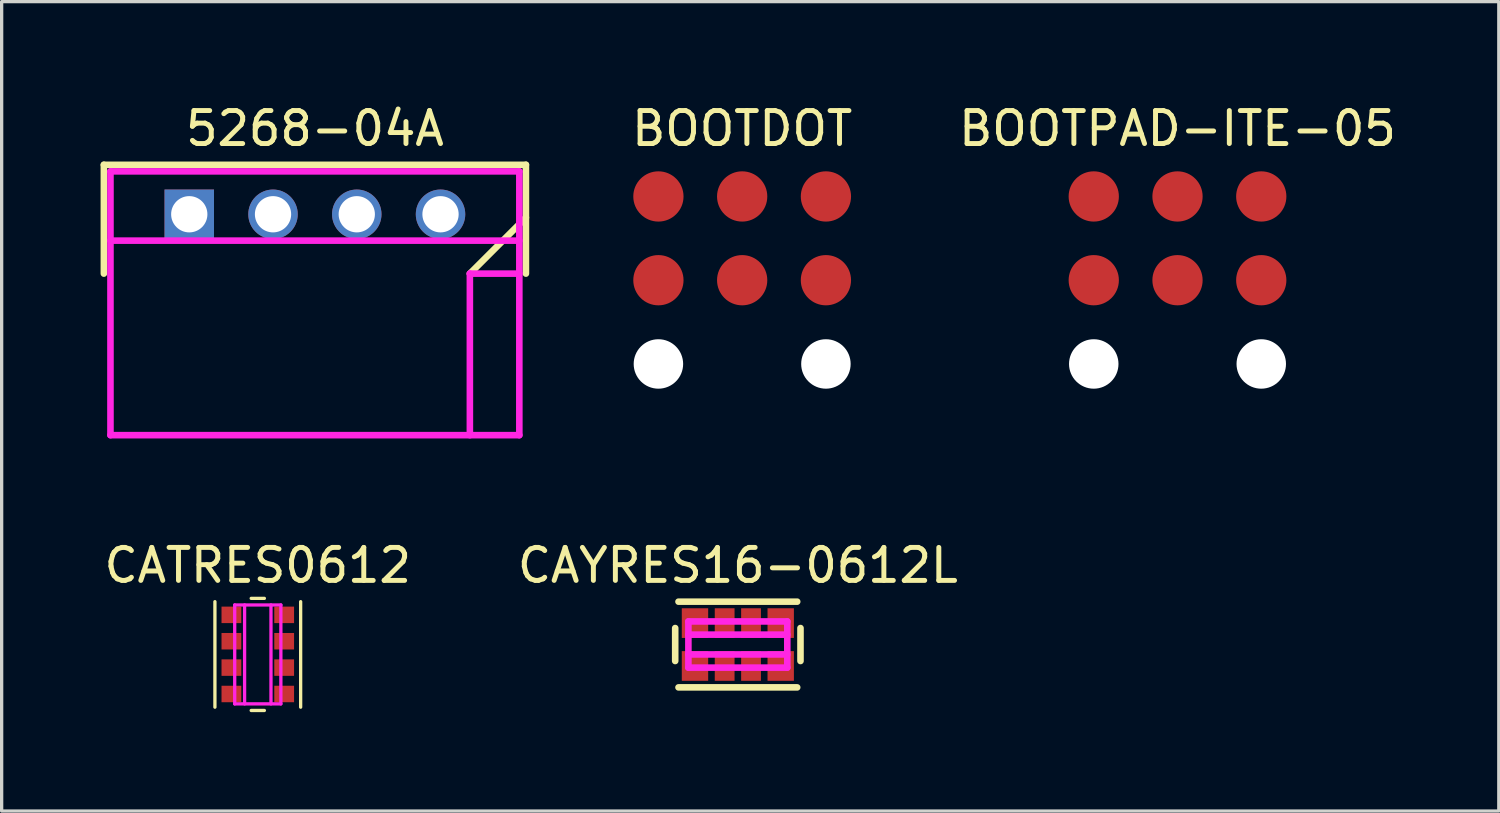
<source format=kicad_pcb>
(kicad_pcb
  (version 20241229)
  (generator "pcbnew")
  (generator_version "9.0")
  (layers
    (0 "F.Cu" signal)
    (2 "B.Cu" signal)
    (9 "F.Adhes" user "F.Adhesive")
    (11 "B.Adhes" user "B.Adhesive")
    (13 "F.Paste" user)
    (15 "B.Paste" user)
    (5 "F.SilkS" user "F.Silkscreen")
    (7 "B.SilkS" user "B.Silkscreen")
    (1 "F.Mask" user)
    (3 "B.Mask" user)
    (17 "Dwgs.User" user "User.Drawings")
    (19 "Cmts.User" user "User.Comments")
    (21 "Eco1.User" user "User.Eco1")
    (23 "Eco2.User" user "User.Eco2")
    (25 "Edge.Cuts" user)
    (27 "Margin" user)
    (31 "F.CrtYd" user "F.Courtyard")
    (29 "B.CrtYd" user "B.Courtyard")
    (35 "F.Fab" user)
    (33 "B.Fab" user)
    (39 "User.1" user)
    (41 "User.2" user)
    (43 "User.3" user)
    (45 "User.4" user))
  (footprint "BOOTDOT"
    (layer "F.Cu")
    (at 19.458 5.448)
    (property "Reference" "BOOTDOT" (at 0 -4.6 0) (layer "F.SilkS") (effects (font (size 1 1) (thickness 0.15))))
    (attr through_hole)
    (pad "" np_thru_hole circle (at -2.54 2.54) (size 1.5 1.5) (drill 1.5) (layers "*.Cu" "*.Mask"))
    (pad "" np_thru_hole circle (at 2.54 2.54) (size 1.5 1.5) (drill 1.5) (layers "*.Cu" "*.Mask"))
    (pad "1" smd circle (at -2.54 -2.54) (size 1.524 1.524) (layers "F.Cu" "F.Mask"))
    (pad "2" smd circle (at 0 -2.54) (size 1.524 1.524) (layers "F.Cu" "F.Mask"))
    (pad "3" smd circle (at 2.54 -2.54) (size 1.524 1.524) (layers "F.Cu" "F.Mask"))
    (pad "4" smd circle (at -2.54 0) (size 1.524 1.524) (layers "F.Cu" "F.Mask"))
    (pad "5" smd circle (at 0 0) (size 1.524 1.524) (layers "F.Cu" "F.Mask"))
    (pad "6" smd circle (at 2.54 0) (size 1.524 1.524) (layers "F.Cu" "F.Mask")))
  (footprint "CAYRES16-0612L"
    (layer "F.Cu")
    (at 19.327 16.497)
    (property "Reference" "CAYRES16-0612L" (at 0 -2.4 0) (layer "F.SilkS") (effects (font (size 1 1) (thickness 0.15))))
    (attr through_hole)
    (fp_line (start -1.9 -0.5) (end -1.9 0.5) (stroke (width 0.2) (type solid)) (layer "F.SilkS"))
    (fp_line (start -1.8 -1.3) (end 1.8 -1.3) (stroke (width 0.2) (type solid)) (layer "F.SilkS"))
    (fp_line (start -1.8 1.3) (end 1.8 1.3) (stroke (width 0.2) (type solid)) (layer "F.SilkS"))
    (fp_line (start 1.9 -0.5) (end 1.9 0.5) (stroke (width 0.2) (type solid)) (layer "F.SilkS"))
    (fp_line (start -1.5 -1) (end -1.5 -0.7) (stroke (width 0.2) (type solid)) (layer "F.Paste"))
    (fp_line (start -1.5 -1) (end -1 -1) (stroke (width 0.2) (type solid)) (layer "F.Paste"))
    (fp_line (start -1.5 -0.7) (end -1.3 -0.5) (stroke (width 0.2) (type solid)) (layer "F.Paste"))
    (fp_line (start -1.5 0.7) (end -1.5 1) (stroke (width 0.2) (type solid)) (layer "F.Paste"))
    (fp_line (start -1.5 0.7) (end -1.3 0.5) (stroke (width 0.2) (type solid)) (layer "F.Paste"))
    (fp_line (start -1.5 1) (end -1 1) (stroke (width 0.2) (type solid)) (layer "F.Paste"))
    (fp_line (start -1.3 -1) (end -1.3 -0.6) (stroke (width 0.2) (type solid)) (layer "F.Paste"))
    (fp_line (start -1.3 -0.5) (end -1.2 -0.5) (stroke (width 0.2) (type solid)) (layer "F.Paste"))
    (fp_line (start -1.3 0.5) (end -1.2 0.5) (stroke (width 0.2) (type solid)) (layer "F.Paste"))
    (fp_line (start -1.3 1) (end -1.3 0.6) (stroke (width 0.2) (type solid)) (layer "F.Paste"))
    (fp_line (start -1.2 -1) (end -1.2 -0.6) (stroke (width 0.2) (type solid)) (layer "F.Paste"))
    (fp_line (start -1.2 -0.5) (end -1 -0.7) (stroke (width 0.2) (type solid)) (layer "F.Paste"))
    (fp_line (start -1.2 0.5) (end -1 0.7) (stroke (width 0.2) (type solid)) (layer "F.Paste"))
    (fp_line (start -1.2 1) (end -1.2 0.6) (stroke (width 0.2) (type solid)) (layer "F.Paste"))
    (fp_line (start -1 -1) (end -1 -0.7) (stroke (width 0.2) (type solid)) (layer "F.Paste"))
    (fp_line (start -1 0.7) (end -1 1) (stroke (width 0.2) (type solid)) (layer "F.Paste"))
    (fp_line (start -0.6 -1) (end -0.6 -0.7) (stroke (width 0.2) (type solid)) (layer "F.Paste"))
    (fp_line (start -0.6 -1) (end -0.2 -1) (stroke (width 0.2) (type solid)) (layer "F.Paste"))
    (fp_line (start -0.6 -0.7) (end -0.4 -0.5) (stroke (width 0.2) (type solid)) (layer "F.Paste"))
    (fp_line (start -0.6 0.7) (end -0.6 1) (stroke (width 0.2) (type solid)) (layer "F.Paste"))
    (fp_line (start -0.6 1) (end -0.2 1) (stroke (width 0.2) (type solid)) (layer "F.Paste"))
    (fp_line (start -0.4 -0.5) (end -0.4 -1) (stroke (width 0.2) (type solid)) (layer "F.Paste"))
    (fp_line (start -0.4 -0.5) (end -0.2 -0.7) (stroke (width 0.2) (type solid)) (layer "F.Paste"))
    (fp_line (start -0.4 0.5) (end -0.6 0.7) (stroke (width 0.2) (type solid)) (layer "F.Paste"))
    (fp_line (start -0.4 0.5) (end -0.4 1) (stroke (width 0.2) (type solid)) (layer "F.Paste"))
    (fp_line (start -0.2 -1) (end -0.2 -0.7) (stroke (width 0.2) (type solid)) (layer "F.Paste"))
    (fp_line (start -0.2 0.7) (end -0.4 0.5) (stroke (width 0.2) (type solid)) (layer "F.Paste"))
    (fp_line (start -0.2 1) (end -0.2 0.7) (stroke (width 0.2) (type solid)) (layer "F.Paste"))
    (fp_line (start 0.2 -1) (end 0.2 -0.7) (stroke (width 0.2) (type solid)) (layer "F.Paste"))
    (fp_line (start 0.2 -1) (end 0.6 -1) (stroke (width 0.2) (type solid)) (layer "F.Paste"))
    (fp_line (start 0.2 -0.7) (end 0.4 -0.5) (stroke (width 0.2) (type solid)) (layer "F.Paste"))
    (fp_line (start 0.2 0.7) (end 0.2 1) (stroke (width 0.2) (type solid)) (layer "F.Paste"))
    (fp_line (start 0.2 0.7) (end 0.4 0.5) (stroke (width 0.2) (type solid)) (layer "F.Paste"))
    (fp_line (start 0.2 1) (end 0.6 1) (stroke (width 0.2) (type solid)) (layer "F.Paste"))
    (fp_line (start 0.4 -0.5) (end 0.4 -1) (stroke (width 0.2) (type solid)) (layer "F.Paste"))
    (fp_line (start 0.4 -0.5) (end 0.6 -0.7) (stroke (width 0.2) (type solid)) (layer "F.Paste"))
    (fp_line (start 0.4 0.5) (end 0.6 0.7) (stroke (width 0.2) (type solid)) (layer "F.Paste"))
    (fp_line (start 0.4 1) (end 0.4 0.5) (stroke (width 0.2) (type solid)) (layer "F.Paste"))
    (fp_line (start 0.6 -1) (end 0.6 -0.7) (stroke (width 0.2) (type solid)) (layer "F.Paste"))
    (fp_line (start 0.6 0.7) (end 0.6 1) (stroke (width 0.2) (type solid)) (layer "F.Paste"))
    (fp_line (start 1 -1) (end 1 -0.7) (stroke (width 0.2) (type solid)) (layer "F.Paste"))
    (fp_line (start 1 -0.7) (end 1.2 -0.5) (stroke (width 0.2) (type solid)) (layer "F.Paste"))
    (fp_line (start 1 0.7) (end 1 1) (stroke (width 0.2) (type solid)) (layer "F.Paste"))
    (fp_line (start 1 0.7) (end 1.2 0.5) (stroke (width 0.2) (type solid)) (layer "F.Paste"))
    (fp_line (start 1 1) (end 1.5 1) (stroke (width 0.2) (type solid)) (layer "F.Paste"))
    (fp_line (start 1.2 -1) (end 1.2 -0.6) (stroke (width 0.2) (type solid)) (layer "F.Paste"))
    (fp_line (start 1.2 -0.5) (end 1.3 -0.5) (stroke (width 0.2) (type solid)) (layer "F.Paste"))
    (fp_line (start 1.2 0.5) (end 1.3 0.5) (stroke (width 0.2) (type solid)) (layer "F.Paste"))
    (fp_line (start 1.2 1) (end 1.2 0.6) (stroke (width 0.2) (type solid)) (layer "F.Paste"))
    (fp_line (start 1.3 -1) (end 1.3 -0.6) (stroke (width 0.2) (type solid)) (layer "F.Paste"))
    (fp_line (start 1.3 -0.5) (end 1.5 -0.7) (stroke (width 0.2) (type solid)) (layer "F.Paste"))
    (fp_line (start 1.3 0.5) (end 1.5 0.7) (stroke (width 0.2) (type solid)) (layer "F.Paste"))
    (fp_line (start 1.3 1) (end 1.3 0.6) (stroke (width 0.2) (type solid)) (layer "F.Paste"))
    (fp_line (start 1.5 -1) (end 1 -1) (stroke (width 0.2) (type solid)) (layer "F.Paste"))
    (fp_line (start 1.5 -1) (end 1.5 -0.7) (stroke (width 0.2) (type solid)) (layer "F.Paste"))
    (fp_line (start 1.5 0.7) (end 1.5 1) (stroke (width 0.2) (type solid)) (layer "F.Paste"))
    (fp_line (start -1.5 -0.7) (end 1.5 -0.7) (stroke (width 0.2) (type solid)) (layer "F.CrtYd"))
    (fp_line (start -1.5 -0.3) (end 1.5 -0.3) (stroke (width 0.2) (type solid)) (layer "F.CrtYd"))
    (fp_line (start -1.5 0.7) (end -1.5 -0.7) (stroke (width 0.2) (type solid)) (layer "F.CrtYd"))
    (fp_line (start 1.5 -0.7) (end 1.5 0.7) (stroke (width 0.2) (type solid)) (layer "F.CrtYd"))
    (fp_line (start 1.5 0.3) (end -1.5 0.3) (stroke (width 0.2) (type solid)) (layer "F.CrtYd"))
    (fp_line (start 1.5 0.7) (end -1.5 0.7) (stroke (width 0.2) (type solid)) (layer "F.CrtYd"))
    (pad "1" smd rect (at -1.3 0.65) (size 0.8 0.9) (layers "F.Cu" "F.Mask"))
    (pad "2" smd rect (at -0.4 0.65) (size 0.6 0.9) (layers "F.Cu" "F.Mask"))
    (pad "3" smd rect (at 0.4 0.65) (size 0.6 0.9) (layers "F.Cu" "F.Mask"))
    (pad "4" smd rect (at 1.3 0.65) (size 0.8 0.9) (layers "F.Cu" "F.Mask"))
    (pad "5" smd rect (at 1.3 -0.65) (size 0.8 0.9) (layers "F.Cu" "F.Mask"))
    (pad "6" smd rect (at 0.4 -0.65) (size 0.6 0.9) (layers "F.Cu" "F.Mask"))
    (pad "7" smd rect (at -0.4 -0.65) (size 0.6 0.9) (layers "F.Cu" "F.Mask"))
    (pad "8" smd rect (at -1.3 -0.65) (size 0.8 0.9) (layers "F.Cu" "F.Mask")))
  (footprint "5268-04A"
    (layer "F.Cu")
    (at 6.5 3.448)
    (property "Reference" "5268-04A" (at 0 -2.6 0) (layer "F.SilkS") (effects (font (size 1 1) (thickness 0.15))))
    (attr through_hole)
    (fp_line (start -6.4 -1.5) (end -6.4 1.8) (stroke (width 0.2) (type solid)) (layer "F.SilkS"))
    (fp_line (start -6.4 -1.5) (end 6.4 -1.5) (stroke (width 0.2) (type solid)) (layer "F.SilkS"))
    (fp_line (start 4.7 1.8) (end 6.4 0.1) (stroke (width 0.2) (type solid)) (layer "F.SilkS"))
    (fp_line (start 6.4 -1.5) (end 6.4 1.8) (stroke (width 0.2) (type solid)) (layer "F.SilkS"))
    (fp_line (start -6.2 -1.3) (end -6.2 6.7) (stroke (width 0.2) (type solid)) (layer "F.CrtYd"))
    (fp_line (start -6.2 6.7) (end 6.2 6.7) (stroke (width 0.2) (type solid)) (layer "F.CrtYd"))
    (fp_line (start 4.7 1.8) (end 4.7 6.7) (stroke (width 0.2) (type solid)) (layer "F.CrtYd"))
    (fp_line (start 6.2 -1.3) (end -6.2 -1.3) (stroke (width 0.2) (type solid)) (layer "F.CrtYd"))
    (fp_line (start 6.2 -1.3) (end 6.2 6.7) (stroke (width 0.2) (type solid)) (layer "F.CrtYd"))
    (fp_line (start 6.2 0.8) (end -6.2 0.8) (stroke (width 0.2) (type solid)) (layer "F.CrtYd"))
    (fp_line (start 6.2 1.8) (end 4.7 1.8) (stroke (width 0.2) (type solid)) (layer "F.CrtYd"))
    (pad "1" thru_hole rect (at -3.81 0) (size 1.5 1.5) (drill 1.1) (layers "*.Cu" "*.Mask"))
    (pad "2" thru_hole circle (at -1.27 0) (size 1.5 1.5) (drill 1.1) (layers "*.Cu" "*.Mask"))
    (pad "3" thru_hole circle (at 1.27 0) (size 1.5 1.5) (drill 1.1) (layers "*.Cu" "*.Mask"))
    (pad "4" thru_hole circle (at 3.81 0) (size 1.5 1.5) (drill 1.1) (layers "*.Cu" "*.Mask")))
  (footprint "CATRES0612"
    (layer "F.Cu")
    (at 4.768 16.797)
    (property "Reference" "CATRES0612" (at 0 -2.7 0) (layer "F.SilkS") (effects (font (size 1 1) (thickness 0.15))))
    (attr through_hole)
    (fp_line (start -1.3 -1.6) (end -1.3 1.6) (stroke (width 0.1) (type solid)) (layer "F.SilkS"))
    (fp_line (start -0.2 -1.7) (end 0.2 -1.7) (stroke (width 0.1) (type solid)) (layer "F.SilkS"))
    (fp_line (start -0.2 1.7) (end 0.2 1.7) (stroke (width 0.1) (type solid)) (layer "F.SilkS"))
    (fp_line (start 1.3 1.6) (end 1.3 -1.6) (stroke (width 0.1) (type solid)) (layer "F.SilkS"))
    (fp_line (start -0.7 -1.5) (end -0.7 1.5) (stroke (width 0.1) (type solid)) (layer "F.CrtYd"))
    (fp_line (start -0.7 1.5) (end 0.7 1.5) (stroke (width 0.1) (type solid)) (layer "F.CrtYd"))
    (fp_line (start -0.4 -1.5) (end -0.4 1.5) (stroke (width 0.1) (type solid)) (layer "F.CrtYd"))
    (fp_line (start 0.4 -1.5) (end 0.4 1.5) (stroke (width 0.1) (type solid)) (layer "F.CrtYd"))
    (fp_line (start 0.7 -1.5) (end -0.7 -1.5) (stroke (width 0.1) (type solid)) (layer "F.CrtYd"))
    (fp_line (start 0.7 1.5) (end 0.7 -1.5) (stroke (width 0.1) (type solid)) (layer "F.CrtYd"))
    (pad "1" smd rect (at -0.8 -1.2 270) (size 0.5 0.6) (layers "F.Cu" "F.Mask"))
    (pad "2" smd rect (at -0.8 -0.4 270) (size 0.5 0.6) (layers "F.Cu" "F.Mask"))
    (pad "3" smd rect (at -0.8 0.4 270) (size 0.5 0.6) (layers "F.Cu" "F.Mask"))
    (pad "4" smd rect (at -0.8 1.2 270) (size 0.5 0.6) (layers "F.Cu" "F.Mask"))
    (pad "5" smd rect (at 0.8 -1.2 270) (size 0.5 0.6) (layers "F.Cu" "F.Mask"))
    (pad "6" smd rect (at 0.8 -0.4 270) (size 0.5 0.6) (layers "F.Cu" "F.Mask"))
    (pad "7" smd rect (at 0.8 0.4 270) (size 0.5 0.6) (layers "F.Cu" "F.Mask"))
    (pad "8" smd rect (at 0.8 1.2 270) (size 0.5 0.6) (layers "F.Cu" "F.Mask")))
  (footprint "BOOTPAD-ITE-05"
    (layer "F.Cu")
    (at 32.661 5.448)
    (property "Reference" "BOOTPAD-ITE-05" (at 0 -4.6 0) (layer "F.SilkS") (effects (font (size 1 1) (thickness 0.15))))
    (attr through_hole)
    (pad "" np_thru_hole circle (at -2.54 2.54) (size 1.5 1.5) (drill 1.5) (layers "*.Cu" "*.Mask"))
    (pad "" np_thru_hole circle (at 2.54 2.54) (size 1.5 1.5) (drill 1.5) (layers "*.Cu" "*.Mask"))
    (pad "1" smd circle (at 0 -2.54) (size 1.524 1.524) (layers "F.Cu" "F.Mask"))
    (pad "2" smd circle (at 2.54 -2.54) (size 1.524 1.524) (layers "F.Cu" "F.Mask"))
    (pad "3" smd circle (at 2.54 0) (size 1.524 1.524) (layers "F.Cu" "F.Mask"))
    (pad "4" smd circle (at -2.54 0) (size 1.524 1.524) (layers "F.Cu" "F.Mask"))
    (pad "5" smd circle (at 0 0) (size 1.524 1.524) (layers "F.Cu" "F.Mask"))
    (pad "6" smd circle (at -2.54 -2.54) (size 1.524 1.524) (layers "F.Cu" "F.Mask")))
  (gr_rect
    (start -3 -3)
    (end 42.405 21.547)
    (stroke (width 0.1) (type default))
    (fill no)
    (layer "Edge.Cuts")))
</source>
